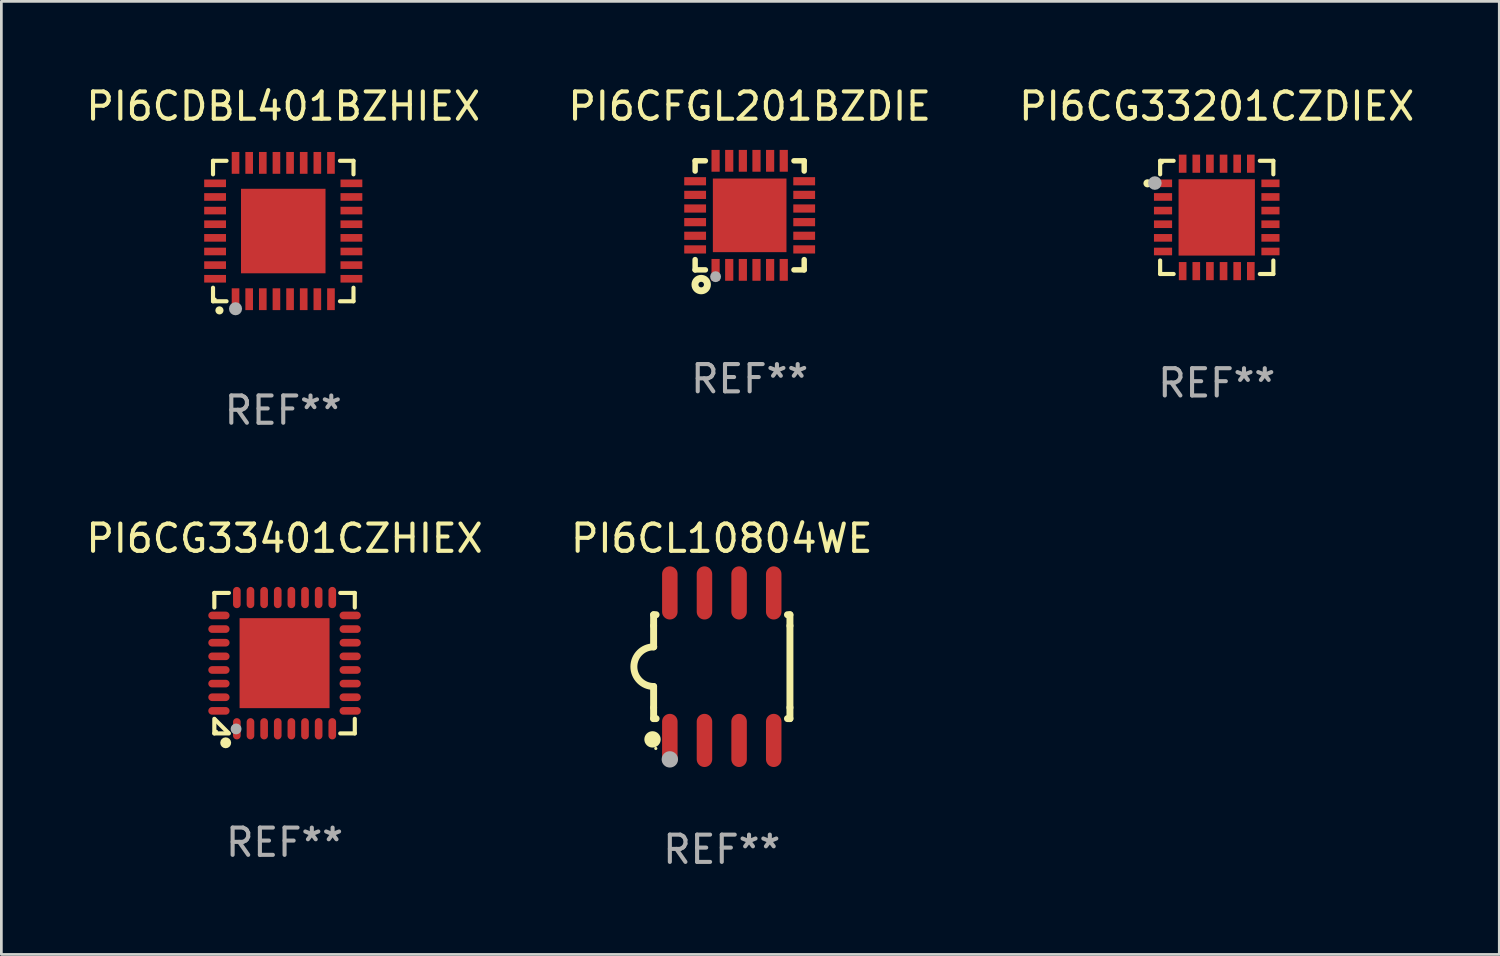
<source format=kicad_pcb>
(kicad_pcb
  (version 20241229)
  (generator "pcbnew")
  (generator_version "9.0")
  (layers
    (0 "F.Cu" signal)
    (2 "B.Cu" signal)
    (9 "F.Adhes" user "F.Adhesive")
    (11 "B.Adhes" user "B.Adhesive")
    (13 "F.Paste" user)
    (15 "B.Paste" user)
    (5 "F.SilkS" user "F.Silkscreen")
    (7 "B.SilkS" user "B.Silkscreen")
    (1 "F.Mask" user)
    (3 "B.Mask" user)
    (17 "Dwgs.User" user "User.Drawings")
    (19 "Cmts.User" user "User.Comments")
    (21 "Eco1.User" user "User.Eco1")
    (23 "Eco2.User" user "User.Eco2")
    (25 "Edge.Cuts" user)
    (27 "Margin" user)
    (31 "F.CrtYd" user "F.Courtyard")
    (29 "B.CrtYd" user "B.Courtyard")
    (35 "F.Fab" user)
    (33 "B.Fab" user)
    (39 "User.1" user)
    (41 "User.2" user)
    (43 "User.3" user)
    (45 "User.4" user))
  (footprint "PI6CL10804WE"
    (layer "F.Cu")
    (at 23.423 21.402)
    (property "Reference" "PI6CL10804WE" (at 0 -4.705 0) (layer "F.SilkS") (effects (font (size 1 1) (thickness 0.15))))
    (attr through_hole)
    (fp_line (start -2.5 -1.905) (end -2.409 -1.905) (stroke (width 0.254) (type solid)) (layer "F.SilkS"))
    (fp_line (start -2.5 -1.5) (end -2.5 -1.905) (stroke (width 0.254) (type solid)) (layer "F.SilkS"))
    (fp_line (start -2.5 -1.5) (end -2.5 -0.726) (stroke (width 0.254) (type solid)) (layer "F.SilkS"))
    (fp_line (start -2.5 1.5) (end -2.5 0.727) (stroke (width 0.254) (type solid)) (layer "F.SilkS"))
    (fp_line (start -2.5 1.5) (end -2.5 1.905) (stroke (width 0.254) (type solid)) (layer "F.SilkS"))
    (fp_line (start -2.5 1.905) (end -2.409 1.905) (stroke (width 0.254) (type solid)) (layer "F.SilkS"))
    (fp_line (start 2.5 -1.905) (end 2.409 -1.905) (stroke (width 0.254) (type solid)) (layer "F.SilkS"))
    (fp_line (start 2.5 -1.5) (end 2.5 -1.905) (stroke (width 0.254) (type solid)) (layer "F.SilkS"))
    (fp_line (start 2.5 -1.5) (end 2.5 1.5) (stroke (width 0.254) (type solid)) (layer "F.SilkS"))
    (fp_line (start 2.5 1.5) (end 2.5 1.905) (stroke (width 0.254) (type solid)) (layer "F.SilkS"))
    (fp_line (start 2.5 1.905) (end 2.409 1.905) (stroke (width 0.254) (type solid)) (layer "F.SilkS"))
    (fp_arc (start -2.5 0.726568) (mid -3.220316 -0.0023) (end -2.495097 -0.726289) (stroke (width 0.254001) (type solid)) (layer "F.SilkS"))
    (fp_circle (center -2.54 2.667) (end -2.39 2.667) (stroke (width 0.3) (type solid)) (fill no) (layer "F.SilkS"))
    (fp_circle (center -2.42 3) (end -2.39 3) (stroke (width 0.06) (type solid)) (fill no) (layer "F.SilkS"))
    (fp_circle (center -1.905 3.4) (end -1.755 3.4) (stroke (width 0.3) (type solid)) (fill no) (layer "F.Fab"))
    (fp_text user "REF**" (at 0 6.705 0) (layer "F.Fab") (effects (font (size 1 1) (thickness 0.15))))
    (pad "1" smd oval (at -1.905 2.705) (size 0.568 1.95) (layers "F.Cu" "F.Mask" "F.Paste"))
    (pad "2" smd oval (at -0.635 2.705) (size 0.568 1.95) (layers "F.Cu" "F.Mask" "F.Paste"))
    (pad "3" smd oval (at 0.635 2.705) (size 0.568 1.95) (layers "F.Cu" "F.Mask" "F.Paste"))
    (pad "4" smd oval (at 1.905 2.705) (size 0.568 1.95) (layers "F.Cu" "F.Mask" "F.Paste"))
    (pad "5" smd oval (at 1.905 -2.705) (size 0.568 1.95) (layers "F.Cu" "F.Mask" "F.Paste"))
    (pad "6" smd oval (at 0.635 -2.705) (size 0.568 1.95) (layers "F.Cu" "F.Mask" "F.Paste"))
    (pad "7" smd oval (at -0.635 -2.705) (size 0.568 1.95) (layers "F.Cu" "F.Mask" "F.Paste"))
    (pad "8" smd oval (at -1.905 -2.705) (size 0.568 1.95) (layers "F.Cu" "F.Mask" "F.Paste")))
  (footprint "PI6CG33401CZHIEX"
    (layer "F.Cu")
    (at 7.387 21.273)
    (property "Reference" "PI6CG33401CZHIEX" (at 0 -4.576 0) (layer "F.SilkS") (effects (font (size 1 1) (thickness 0.15))))
    (attr through_hole)
    (fp_line (start -2.576 -2.576) (end -2.576 -2.042) (stroke (width 0.152) (type solid)) (layer "F.SilkS"))
    (fp_line (start -2.576 2.576) (end -2.576 2.042) (stroke (width 0.152) (type solid)) (layer "F.SilkS"))
    (fp_line (start -2.549 2.069) (end -2.069 2.549) (stroke (width 0.152) (type solid)) (layer "F.SilkS"))
    (fp_line (start -2.042 -2.576) (end -2.576 -2.576) (stroke (width 0.152) (type solid)) (layer "F.SilkS"))
    (fp_line (start -2.042 2.576) (end -2.576 2.576) (stroke (width 0.152) (type solid)) (layer "F.SilkS"))
    (fp_line (start 2.042 -2.576) (end 2.576 -2.576) (stroke (width 0.152) (type solid)) (layer "F.SilkS"))
    (fp_line (start 2.042 2.576) (end 2.576 2.576) (stroke (width 0.152) (type solid)) (layer "F.SilkS"))
    (fp_line (start 2.576 -2.576) (end 2.576 -2.042) (stroke (width 0.152) (type solid)) (layer "F.SilkS"))
    (fp_line (start 2.576 2.576) (end 2.576 2.042) (stroke (width 0.152) (type solid)) (layer "F.SilkS"))
    (fp_circle (center -2.5 2.5) (end -2.47 2.5) (stroke (width 0.06) (type solid)) (fill no) (layer "F.SilkS"))
    (fp_circle (center -2.159 2.921) (end -2.059 2.921) (stroke (width 0.2) (type solid)) (fill no) (layer "F.SilkS"))
    (fp_circle (center -1.778 2.413) (end -1.678 2.413) (stroke (width 0.2) (type solid)) (fill no) (layer "F.Fab"))
    (fp_text user "REF**" (at 0 6.576 0) (layer "F.Fab") (effects (font (size 1 1) (thickness 0.15))))
    (pad "1" smd oval (at -1.75 2.407 90) (size 0.78 0.28) (layers "F.Cu" "F.Mask" "F.Paste"))
    (pad "2" smd oval (at -1.25 2.407 90) (size 0.78 0.28) (layers "F.Cu" "F.Mask" "F.Paste"))
    (pad "3" smd oval (at -0.75 2.407 90) (size 0.78 0.28) (layers "F.Cu" "F.Mask" "F.Paste"))
    (pad "4" smd oval (at -0.25 2.407 90) (size 0.78 0.28) (layers "F.Cu" "F.Mask" "F.Paste"))
    (pad "5" smd oval (at 0.25 2.407 90) (size 0.78 0.28) (layers "F.Cu" "F.Mask" "F.Paste"))
    (pad "6" smd oval (at 0.75 2.407 90) (size 0.78 0.28) (layers "F.Cu" "F.Mask" "F.Paste"))
    (pad "7" smd oval (at 1.25 2.407 90) (size 0.78 0.28) (layers "F.Cu" "F.Mask" "F.Paste"))
    (pad "8" smd oval (at 1.75 2.407 90) (size 0.78 0.28) (layers "F.Cu" "F.Mask" "F.Paste"))
    (pad "9" smd oval (at 2.407 1.75 90) (size 0.28 0.78) (layers "F.Cu" "F.Mask" "F.Paste"))
    (pad "10" smd oval (at 2.407 1.25 90) (size 0.28 0.78) (layers "F.Cu" "F.Mask" "F.Paste"))
    (pad "11" smd oval (at 2.407 0.75 90) (size 0.28 0.78) (layers "F.Cu" "F.Mask" "F.Paste"))
    (pad "12" smd oval (at 2.407 0.25 90) (size 0.28 0.78) (layers "F.Cu" "F.Mask" "F.Paste"))
    (pad "13" smd oval (at 2.407 -0.25 90) (size 0.28 0.78) (layers "F.Cu" "F.Mask" "F.Paste"))
    (pad "14" smd oval (at 2.407 -0.75 90) (size 0.28 0.78) (layers "F.Cu" "F.Mask" "F.Paste"))
    (pad "15" smd oval (at 2.407 -1.25 90) (size 0.28 0.78) (layers "F.Cu" "F.Mask" "F.Paste"))
    (pad "16" smd oval (at 2.407 -1.75 90) (size 0.28 0.78) (layers "F.Cu" "F.Mask" "F.Paste"))
    (pad "17" smd oval (at 1.75 -2.407 90) (size 0.78 0.28) (layers "F.Cu" "F.Mask" "F.Paste"))
    (pad "18" smd oval (at 1.25 -2.407 90) (size 0.78 0.28) (layers "F.Cu" "F.Mask" "F.Paste"))
    (pad "19" smd oval (at 0.75 -2.407 90) (size 0.78 0.28) (layers "F.Cu" "F.Mask" "F.Paste"))
    (pad "20" smd oval (at 0.25 -2.407 90) (size 0.78 0.28) (layers "F.Cu" "F.Mask" "F.Paste"))
    (pad "21" smd oval (at -0.25 -2.407 90) (size 0.78 0.28) (layers "F.Cu" "F.Mask" "F.Paste"))
    (pad "22" smd oval (at -0.75 -2.407 90) (size 0.78 0.28) (layers "F.Cu" "F.Mask" "F.Paste"))
    (pad "23" smd oval (at -1.25 -2.407 90) (size 0.78 0.28) (layers "F.Cu" "F.Mask" "F.Paste"))
    (pad "24" smd oval (at -1.75 -2.407 90) (size 0.78 0.28) (layers "F.Cu" "F.Mask" "F.Paste"))
    (pad "25" smd oval (at -2.407 -1.75 90) (size 0.28 0.78) (layers "F.Cu" "F.Mask" "F.Paste"))
    (pad "26" smd oval (at -2.407 -1.25 90) (size 0.28 0.78) (layers "F.Cu" "F.Mask" "F.Paste"))
    (pad "27" smd oval (at -2.407 -0.75 90) (size 0.28 0.78) (layers "F.Cu" "F.Mask" "F.Paste"))
    (pad "28" smd oval (at -2.407 -0.25 90) (size 0.28 0.78) (layers "F.Cu" "F.Mask" "F.Paste"))
    (pad "29" smd oval (at -2.407 0.25 90) (size 0.28 0.78) (layers "F.Cu" "F.Mask" "F.Paste"))
    (pad "30" smd oval (at -2.407 0.75 90) (size 0.28 0.78) (layers "F.Cu" "F.Mask" "F.Paste"))
    (pad "31" smd oval (at -2.407 1.25 90) (size 0.28 0.78) (layers "F.Cu" "F.Mask" "F.Paste"))
    (pad "32" smd oval (at -2.407 1.75 90) (size 0.28 0.78) (layers "F.Cu" "F.Mask" "F.Paste"))
    (pad "33" smd rect (at 0 0 90) (size 3.3 3.3) (layers "F.Cu" "F.Mask" "F.Paste")))
  (footprint "PI6CFGL201BZDIE"
    (layer "F.Cu")
    (at 24.446 4.848)
    (property "Reference" "PI6CFGL201BZDIE" (at 0 -4 0) (layer "F.SilkS") (effects (font (size 1 1) (thickness 0.15))))
    (attr through_hole)
    (fp_line (start -2 -2) (end -1.624 -2) (stroke (width 0.2) (type solid)) (layer "F.SilkS"))
    (fp_line (start -2 -1.624) (end -2 -2) (stroke (width 0.2) (type solid)) (layer "F.SilkS"))
    (fp_line (start -2 2) (end -2 1.624) (stroke (width 0.2) (type solid)) (layer "F.SilkS"))
    (fp_line (start -2 2) (end -1.624 2) (stroke (width 0.2) (type solid)) (layer "F.SilkS"))
    (fp_line (start 1.624 -2) (end 2 -2) (stroke (width 0.2) (type solid)) (layer "F.SilkS"))
    (fp_line (start 1.624 2) (end 2 2) (stroke (width 0.2) (type solid)) (layer "F.SilkS"))
    (fp_line (start 2 -2) (end 2 -1.624) (stroke (width 0.2) (type solid)) (layer "F.SilkS"))
    (fp_line (start 2 1.624) (end 2 2) (stroke (width 0.2) (type solid)) (layer "F.SilkS"))
    (fp_circle (center -2 2) (end -1.97 2) (stroke (width 0.06) (type solid)) (fill no) (layer "F.SilkS"))
    (fp_circle (center -1.778 2.54) (end -1.676 2.54) (stroke (width 0.254) (type solid)) (fill no) (layer "F.SilkS"))
    (fp_circle (center -1.25 2.25) (end -1.15 2.25) (stroke (width 0.2) (type solid)) (fill no) (layer "F.Fab"))
    (fp_text user "REF**" (at 0 6 0) (layer "F.Fab") (effects (font (size 1 1) (thickness 0.15))))
    (pad "1" smd rect (at -1.25 2) (size 0.3 0.8) (layers "F.Cu" "F.Mask" "F.Paste"))
    (pad "2" smd rect (at -0.75 2) (size 0.3 0.8) (layers "F.Cu" "F.Mask" "F.Paste"))
    (pad "3" smd rect (at -0.25 2) (size 0.3 0.8) (layers "F.Cu" "F.Mask" "F.Paste"))
    (pad "4" smd rect (at 0.25 2) (size 0.3 0.8) (layers "F.Cu" "F.Mask" "F.Paste"))
    (pad "5" smd rect (at 0.75 2) (size 0.3 0.8) (layers "F.Cu" "F.Mask" "F.Paste"))
    (pad "6" smd rect (at 1.25 2) (size 0.3 0.8) (layers "F.Cu" "F.Mask" "F.Paste"))
    (pad "7" smd rect (at 2 1.25 90) (size 0.3 0.8) (layers "F.Cu" "F.Mask" "F.Paste"))
    (pad "8" smd rect (at 2 0.75 90) (size 0.3 0.8) (layers "F.Cu" "F.Mask" "F.Paste"))
    (pad "9" smd rect (at 2 0.25 90) (size 0.3 0.8) (layers "F.Cu" "F.Mask" "F.Paste"))
    (pad "10" smd rect (at 2 -0.25 90) (size 0.3 0.8) (layers "F.Cu" "F.Mask" "F.Paste"))
    (pad "11" smd rect (at 2 -0.75 90) (size 0.3 0.8) (layers "F.Cu" "F.Mask" "F.Paste"))
    (pad "12" smd rect (at 2 -1.25 90) (size 0.3 0.8) (layers "F.Cu" "F.Mask" "F.Paste"))
    (pad "13" smd rect (at 1.25 -2 180) (size 0.3 0.8) (layers "F.Cu" "F.Mask" "F.Paste"))
    (pad "14" smd rect (at 0.75 -2 180) (size 0.3 0.8) (layers "F.Cu" "F.Mask" "F.Paste"))
    (pad "15" smd rect (at 0.25 -2 180) (size 0.3 0.8) (layers "F.Cu" "F.Mask" "F.Paste"))
    (pad "16" smd rect (at -0.25 -2 180) (size 0.3 0.8) (layers "F.Cu" "F.Mask" "F.Paste"))
    (pad "17" smd rect (at -0.75 -2 180) (size 0.3 0.8) (layers "F.Cu" "F.Mask" "F.Paste"))
    (pad "18" smd rect (at -1.25 -2 180) (size 0.3 0.8) (layers "F.Cu" "F.Mask" "F.Paste"))
    (pad "19" smd rect (at -2 -1.25 270) (size 0.3 0.8) (layers "F.Cu" "F.Mask" "F.Paste"))
    (pad "20" smd rect (at -2 -0.75 270) (size 0.3 0.8) (layers "F.Cu" "F.Mask" "F.Paste"))
    (pad "21" smd rect (at -2 -0.25 270) (size 0.3 0.8) (layers "F.Cu" "F.Mask" "F.Paste"))
    (pad "22" smd rect (at -2 0.25 270) (size 0.3 0.8) (layers "F.Cu" "F.Mask" "F.Paste"))
    (pad "23" smd rect (at -2 0.75 270) (size 0.3 0.8) (layers "F.Cu" "F.Mask" "F.Paste"))
    (pad "24" smd rect (at -2 1.25 270) (size 0.3 0.8) (layers "F.Cu" "F.Mask" "F.Paste"))
    (pad "25" smd rect (at 0 0) (size 2.7 2.7) (layers "F.Cu" "F.Mask" "F.Paste")))
  (footprint "PI6CDBL401BZHIEX"
    (layer "F.Cu")
    (at 7.339 5.424)
    (property "Reference" "PI6CDBL401BZHIEX" (at 0 -4.576 0) (layer "F.SilkS") (effects (font (size 1 1) (thickness 0.15))))
    (attr through_hole)
    (fp_line (start -2.576 -2.576) (end -2.08 -2.576) (stroke (width 0.152) (type solid)) (layer "F.SilkS"))
    (fp_line (start -2.576 -2.08) (end -2.576 -2.576) (stroke (width 0.152) (type solid)) (layer "F.SilkS"))
    (fp_line (start -2.576 2.08) (end -2.576 2.576) (stroke (width 0.152) (type solid)) (layer "F.SilkS"))
    (fp_line (start -2.576 2.576) (end -2.08 2.576) (stroke (width 0.152) (type solid)) (layer "F.SilkS"))
    (fp_line (start 2.576 -2.576) (end 2.08 -2.576) (stroke (width 0.152) (type solid)) (layer "F.SilkS"))
    (fp_line (start 2.576 -2.08) (end 2.576 -2.576) (stroke (width 0.152) (type solid)) (layer "F.SilkS"))
    (fp_line (start 2.576 2.08) (end 2.576 2.576) (stroke (width 0.152) (type solid)) (layer "F.SilkS"))
    (fp_line (start 2.576 2.576) (end 2.08 2.576) (stroke (width 0.152) (type solid)) (layer "F.SilkS"))
    (fp_circle (center -2.5 2.5) (end -2.47 2.5) (stroke (width 0.06) (type solid)) (fill no) (layer "F.SilkS"))
    (fp_circle (center -2.34 2.91) (end -2.265 2.91) (stroke (width 0.15) (type solid)) (fill no) (layer "F.SilkS"))
    (fp_circle (center -1.75 2.85) (end -1.63 2.85) (stroke (width 0.24) (type solid)) (fill no) (layer "F.Fab"))
    (fp_text user "REF**" (at 0 6.576 0) (layer "F.Fab") (effects (font (size 1 1) (thickness 0.15))))
    (pad "1" smd rect (at -1.75 2.5) (size 0.28 0.8) (layers "F.Cu" "F.Mask" "F.Paste"))
    (pad "2" smd rect (at -1.25 2.5) (size 0.28 0.8) (layers "F.Cu" "F.Mask" "F.Paste"))
    (pad "3" smd rect (at -0.75 2.5) (size 0.28 0.8) (layers "F.Cu" "F.Mask" "F.Paste"))
    (pad "4" smd rect (at -0.25 2.5) (size 0.28 0.8) (layers "F.Cu" "F.Mask" "F.Paste"))
    (pad "5" smd rect (at 0.25 2.5) (size 0.28 0.8) (layers "F.Cu" "F.Mask" "F.Paste"))
    (pad "6" smd rect (at 0.75 2.5) (size 0.28 0.8) (layers "F.Cu" "F.Mask" "F.Paste"))
    (pad "7" smd rect (at 1.25 2.5) (size 0.28 0.8) (layers "F.Cu" "F.Mask" "F.Paste"))
    (pad "8" smd rect (at 1.75 2.5) (size 0.28 0.8) (layers "F.Cu" "F.Mask" "F.Paste"))
    (pad "9" smd rect (at 2.5 1.75) (size 0.8 0.28) (layers "F.Cu" "F.Mask" "F.Paste"))
    (pad "10" smd rect (at 2.5 1.25) (size 0.8 0.28) (layers "F.Cu" "F.Mask" "F.Paste"))
    (pad "11" smd rect (at 2.5 0.75) (size 0.8 0.28) (layers "F.Cu" "F.Mask" "F.Paste"))
    (pad "12" smd rect (at 2.5 0.25) (size 0.8 0.28) (layers "F.Cu" "F.Mask" "F.Paste"))
    (pad "13" smd rect (at 2.5 -0.25) (size 0.8 0.28) (layers "F.Cu" "F.Mask" "F.Paste"))
    (pad "14" smd rect (at 2.5 -0.75) (size 0.8 0.28) (layers "F.Cu" "F.Mask" "F.Paste"))
    (pad "15" smd rect (at 2.5 -1.25) (size 0.8 0.28) (layers "F.Cu" "F.Mask" "F.Paste"))
    (pad "16" smd rect (at 2.5 -1.75) (size 0.8 0.28) (layers "F.Cu" "F.Mask" "F.Paste"))
    (pad "17" smd rect (at 1.75 -2.5) (size 0.28 0.8) (layers "F.Cu" "F.Mask" "F.Paste"))
    (pad "18" smd rect (at 1.25 -2.5) (size 0.28 0.8) (layers "F.Cu" "F.Mask" "F.Paste"))
    (pad "19" smd rect (at 0.75 -2.5) (size 0.28 0.8) (layers "F.Cu" "F.Mask" "F.Paste"))
    (pad "20" smd rect (at 0.25 -2.5) (size 0.28 0.8) (layers "F.Cu" "F.Mask" "F.Paste"))
    (pad "21" smd rect (at -0.25 -2.5) (size 0.28 0.8) (layers "F.Cu" "F.Mask" "F.Paste"))
    (pad "22" smd rect (at -0.75 -2.5) (size 0.28 0.8) (layers "F.Cu" "F.Mask" "F.Paste"))
    (pad "23" smd rect (at -1.25 -2.5) (size 0.28 0.8) (layers "F.Cu" "F.Mask" "F.Paste"))
    (pad "24" smd rect (at -1.75 -2.5) (size 0.28 0.8) (layers "F.Cu" "F.Mask" "F.Paste"))
    (pad "25" smd rect (at -2.5 -1.75) (size 0.8 0.28) (layers "F.Cu" "F.Mask" "F.Paste"))
    (pad "26" smd rect (at -2.5 -1.25) (size 0.8 0.28) (layers "F.Cu" "F.Mask" "F.Paste"))
    (pad "27" smd rect (at -2.5 -0.75) (size 0.8 0.28) (layers "F.Cu" "F.Mask" "F.Paste"))
    (pad "28" smd rect (at -2.5 -0.25) (size 0.8 0.28) (layers "F.Cu" "F.Mask" "F.Paste"))
    (pad "29" smd rect (at -2.5 0.25) (size 0.8 0.28) (layers "F.Cu" "F.Mask" "F.Paste"))
    (pad "30" smd rect (at -2.5 0.75) (size 0.8 0.28) (layers "F.Cu" "F.Mask" "F.Paste"))
    (pad "31" smd rect (at -2.5 1.25) (size 0.8 0.28) (layers "F.Cu" "F.Mask" "F.Paste"))
    (pad "32" smd rect (at -2.5 1.75) (size 0.8 0.28) (layers "F.Cu" "F.Mask" "F.Paste"))
    (pad "33" smd rect (at 0 0) (size 3.1 3.1) (layers "F.Cu" "F.Mask" "F.Paste")))
  (footprint "PI6CG33201CZDIEX"
    (layer "F.Cu")
    (at 41.577 4.924)
    (property "Reference" "PI6CG33201CZDIEX" (at 0 -4.076 0) (layer "F.SilkS") (effects (font (size 1 1) (thickness 0.15))))
    (attr through_hole)
    (fp_line (start -2.076 -2.076) (end -2.076 -1.58) (stroke (width 0.152) (type solid)) (layer "F.SilkS"))
    (fp_line (start -2.076 2.076) (end -2.076 1.58) (stroke (width 0.152) (type solid)) (layer "F.SilkS"))
    (fp_line (start -1.58 -2.076) (end -2.076 -2.076) (stroke (width 0.152) (type solid)) (layer "F.SilkS"))
    (fp_line (start -1.58 2.076) (end -2.076 2.076) (stroke (width 0.152) (type solid)) (layer "F.SilkS"))
    (fp_line (start 1.58 -2.076) (end 2.076 -2.076) (stroke (width 0.152) (type solid)) (layer "F.SilkS"))
    (fp_line (start 1.58 2.076) (end 2.076 2.076) (stroke (width 0.152) (type solid)) (layer "F.SilkS"))
    (fp_line (start 2.076 -2.076) (end 2.076 -1.58) (stroke (width 0.152) (type solid)) (layer "F.SilkS"))
    (fp_line (start 2.076 2.076) (end 2.076 1.58) (stroke (width 0.152) (type solid)) (layer "F.SilkS"))
    (fp_circle (center -2.54 -1.25) (end -2.465 -1.25) (stroke (width 0.15) (type solid)) (fill no) (layer "F.SilkS"))
    (fp_circle (center -2 -2) (end -1.97 -2) (stroke (width 0.06) (type solid)) (fill no) (layer "F.SilkS"))
    (fp_circle (center -2.27 -1.26) (end -2.145 -1.26) (stroke (width 0.25) (type solid)) (fill no) (layer "F.Fab"))
    (fp_text user "REF**" (at 0 6.076 0) (layer "F.Fab") (effects (font (size 1 1) (thickness 0.15))))
    (pad "1" smd rect (at -1.97 -1.25) (size 0.665 0.28) (layers "F.Cu" "F.Mask" "F.Paste"))
    (pad "2" smd rect (at -1.97 -0.75) (size 0.665 0.28) (layers "F.Cu" "F.Mask" "F.Paste"))
    (pad "3" smd rect (at -1.97 -0.25) (size 0.665 0.28) (layers "F.Cu" "F.Mask" "F.Paste"))
    (pad "4" smd rect (at -1.97 0.25) (size 0.665 0.28) (layers "F.Cu" "F.Mask" "F.Paste"))
    (pad "5" smd rect (at -1.97 0.75) (size 0.665 0.28) (layers "F.Cu" "F.Mask" "F.Paste"))
    (pad "6" smd rect (at -1.97 1.25) (size 0.665 0.28) (layers "F.Cu" "F.Mask" "F.Paste"))
    (pad "7" smd rect (at -1.25 1.97) (size 0.28 0.665) (layers "F.Cu" "F.Mask" "F.Paste"))
    (pad "8" smd rect (at -0.75 1.97) (size 0.28 0.665) (layers "F.Cu" "F.Mask" "F.Paste"))
    (pad "9" smd rect (at -0.25 1.97) (size 0.28 0.665) (layers "F.Cu" "F.Mask" "F.Paste"))
    (pad "10" smd rect (at 0.25 1.97) (size 0.28 0.665) (layers "F.Cu" "F.Mask" "F.Paste"))
    (pad "11" smd rect (at 0.75 1.97) (size 0.28 0.665) (layers "F.Cu" "F.Mask" "F.Paste"))
    (pad "12" smd rect (at 1.25 1.97) (size 0.28 0.665) (layers "F.Cu" "F.Mask" "F.Paste"))
    (pad "13" smd rect (at 1.97 1.25) (size 0.665 0.28) (layers "F.Cu" "F.Mask" "F.Paste"))
    (pad "14" smd rect (at 1.97 0.75) (size 0.665 0.28) (layers "F.Cu" "F.Mask" "F.Paste"))
    (pad "15" smd rect (at 1.97 0.25) (size 0.665 0.28) (layers "F.Cu" "F.Mask" "F.Paste"))
    (pad "16" smd rect (at 1.97 -0.25) (size 0.665 0.28) (layers "F.Cu" "F.Mask" "F.Paste"))
    (pad "17" smd rect (at 1.97 -0.75) (size 0.665 0.28) (layers "F.Cu" "F.Mask" "F.Paste"))
    (pad "18" smd rect (at 1.97 -1.25) (size 0.665 0.28) (layers "F.Cu" "F.Mask" "F.Paste"))
    (pad "19" smd rect (at 1.25 -1.97) (size 0.28 0.665) (layers "F.Cu" "F.Mask" "F.Paste"))
    (pad "20" smd rect (at 0.75 -1.97) (size 0.28 0.665) (layers "F.Cu" "F.Mask" "F.Paste"))
    (pad "21" smd rect (at 0.25 -1.97) (size 0.28 0.665) (layers "F.Cu" "F.Mask" "F.Paste"))
    (pad "22" smd rect (at -0.25 -1.97) (size 0.28 0.665) (layers "F.Cu" "F.Mask" "F.Paste"))
    (pad "23" smd rect (at -0.75 -1.97) (size 0.28 0.665) (layers "F.Cu" "F.Mask" "F.Paste"))
    (pad "24" smd rect (at -1.25 -1.97) (size 0.28 0.665) (layers "F.Cu" "F.Mask" "F.Paste"))
    (pad "25" smd rect (at 0 0) (size 2.8 2.8) (layers "F.Cu" "F.Mask" "F.Paste")))
  (gr_rect
    (start -3 -3)
    (end 51.94 31.956)
    (stroke (width 0.1) (type default))
    (fill no)
    (layer "Edge.Cuts")))
</source>
